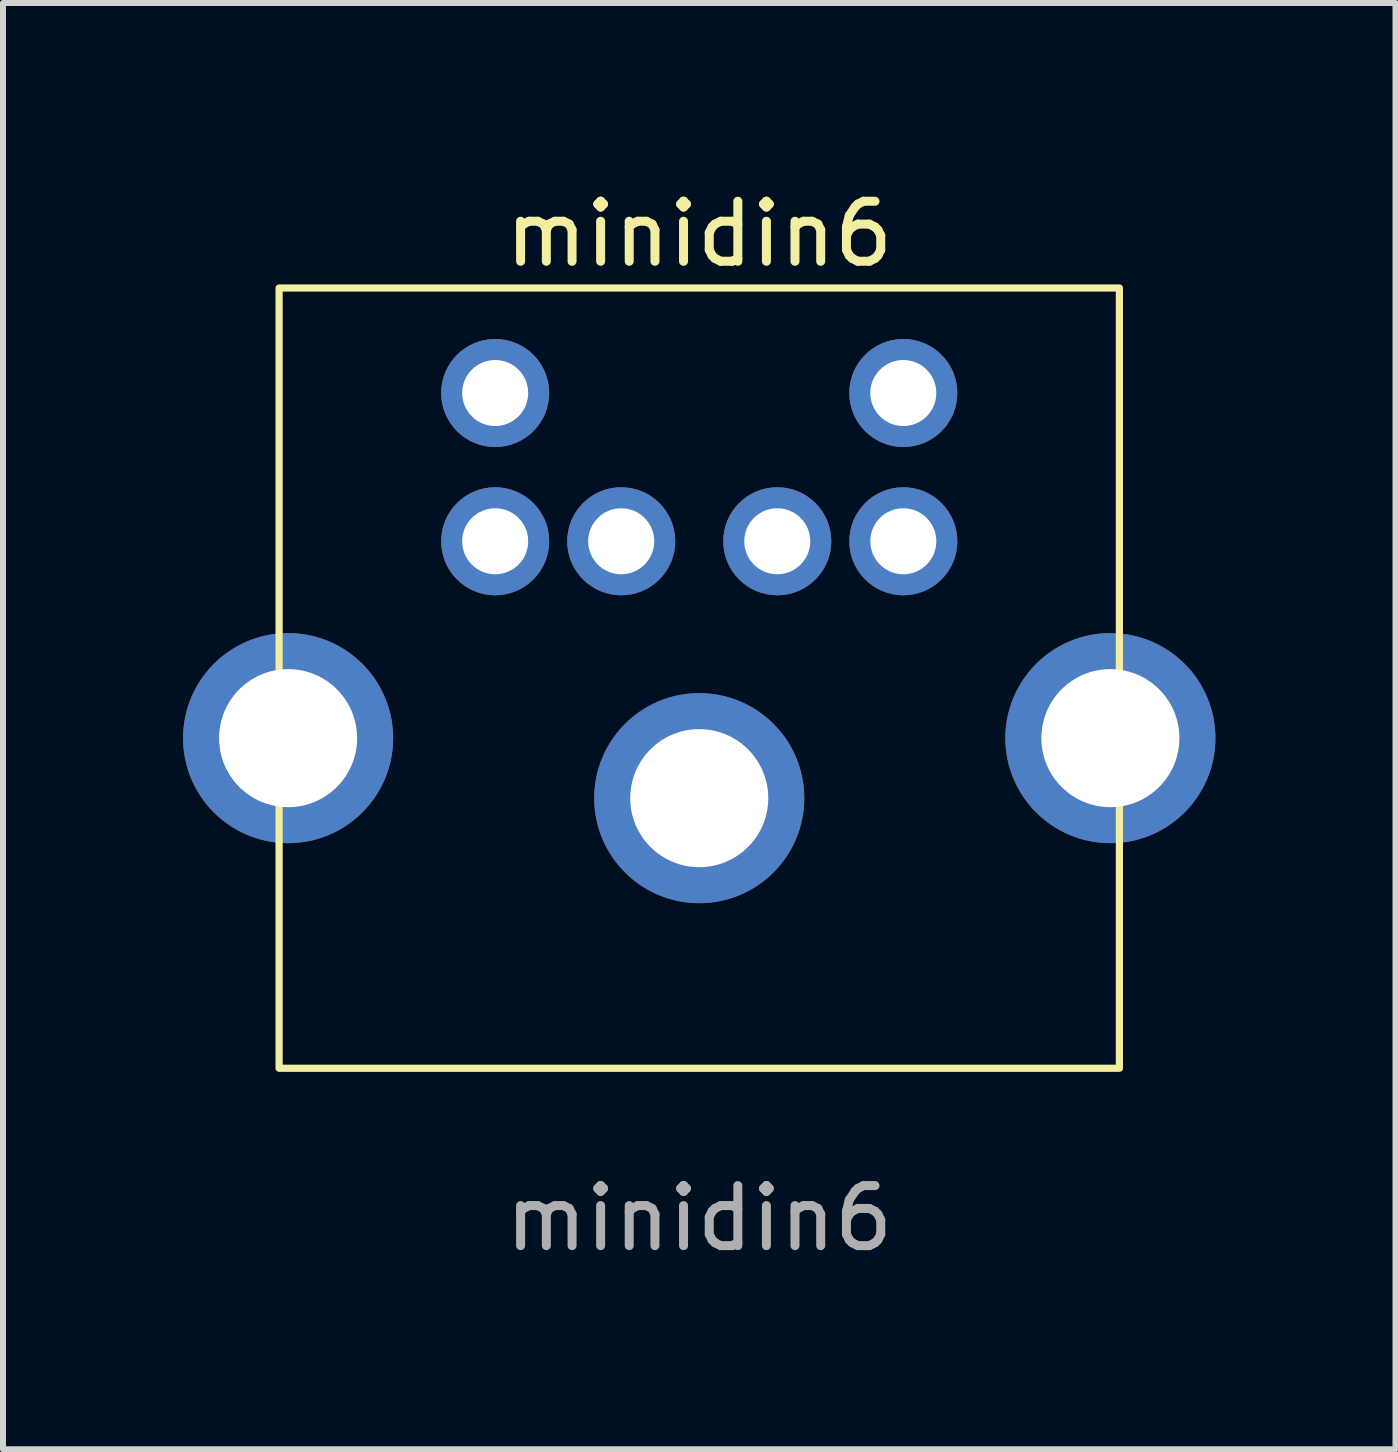
<source format=kicad_pcb>
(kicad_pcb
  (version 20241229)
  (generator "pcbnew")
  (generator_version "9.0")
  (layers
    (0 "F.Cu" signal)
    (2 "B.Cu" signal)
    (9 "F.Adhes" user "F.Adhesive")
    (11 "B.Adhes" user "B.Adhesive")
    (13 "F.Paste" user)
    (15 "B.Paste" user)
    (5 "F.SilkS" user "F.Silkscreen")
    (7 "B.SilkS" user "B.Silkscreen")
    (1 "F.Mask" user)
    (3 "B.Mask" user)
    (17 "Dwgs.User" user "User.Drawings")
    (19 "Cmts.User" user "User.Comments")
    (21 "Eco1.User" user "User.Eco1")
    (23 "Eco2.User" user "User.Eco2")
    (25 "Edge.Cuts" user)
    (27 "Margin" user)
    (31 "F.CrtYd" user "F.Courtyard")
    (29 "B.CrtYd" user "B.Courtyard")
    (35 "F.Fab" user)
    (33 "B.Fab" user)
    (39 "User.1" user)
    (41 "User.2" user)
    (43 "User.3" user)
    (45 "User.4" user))
  (footprint "minidin6"
    (layer "F.Cu")
    (at 8.6 14.748)
    (property "Reference" "minidin6" (at 0 -13.9 0) (unlocked yes) (layer "F.SilkS") (effects (font (size 1 1) (thickness 0.15))))
    (attr through_hole)
    (fp_rect (start -7 0) (end 7 -13) (stroke (width 0.12) (type solid)) (fill no) (layer "F.SilkS"))
    (fp_text user "${REFERENCE}" (at 0 2.5 0) (unlocked yes) (layer "F.Fab") (effects (font (size 1 1) (thickness 0.15))))
    (pad "0" thru_hole circle (at -6.85 -5.5) (size 3.5 3.5) (drill 2.3) (layers "*.Cu" "*.Mask"))
    (pad "0" thru_hole circle (at 0 -4.5) (size 3.5 3.5) (drill 2.3) (layers "*.Cu" "*.Mask"))
    (pad "0" thru_hole circle (at 6.85 -5.5) (size 3.5 3.5) (drill 2.3) (layers "*.Cu" "*.Mask"))
    (pad "1" thru_hole circle (at 1.3 -8.78) (size 1.8 1.8) (drill 1.1) (layers "*.Cu" "*.Mask"))
    (pad "2" thru_hole circle (at -1.3 -8.78) (size 1.8 1.8) (drill 1.1) (layers "*.Cu" "*.Mask"))
    (pad "3" thru_hole circle (at 3.4 -8.78) (size 1.8 1.8) (drill 1.1) (layers "*.Cu" "*.Mask"))
    (pad "4" thru_hole circle (at -3.4 -8.78) (size 1.8 1.8) (drill 1.1) (layers "*.Cu" "*.Mask"))
    (pad "5" thru_hole circle (at 3.4 -11.25) (size 1.8 1.8) (drill 1.1) (layers "*.Cu" "*.Mask"))
    (pad "6" thru_hole circle (at -3.4 -11.25) (size 1.8 1.8) (drill 1.1) (layers "*.Cu" "*.Mask")))
  (gr_rect
    (start -3 -3)
    (end 20.2 21.096)
    (stroke (width 0.1) (type default))
    (fill no)
    (layer "Edge.Cuts")))
</source>
